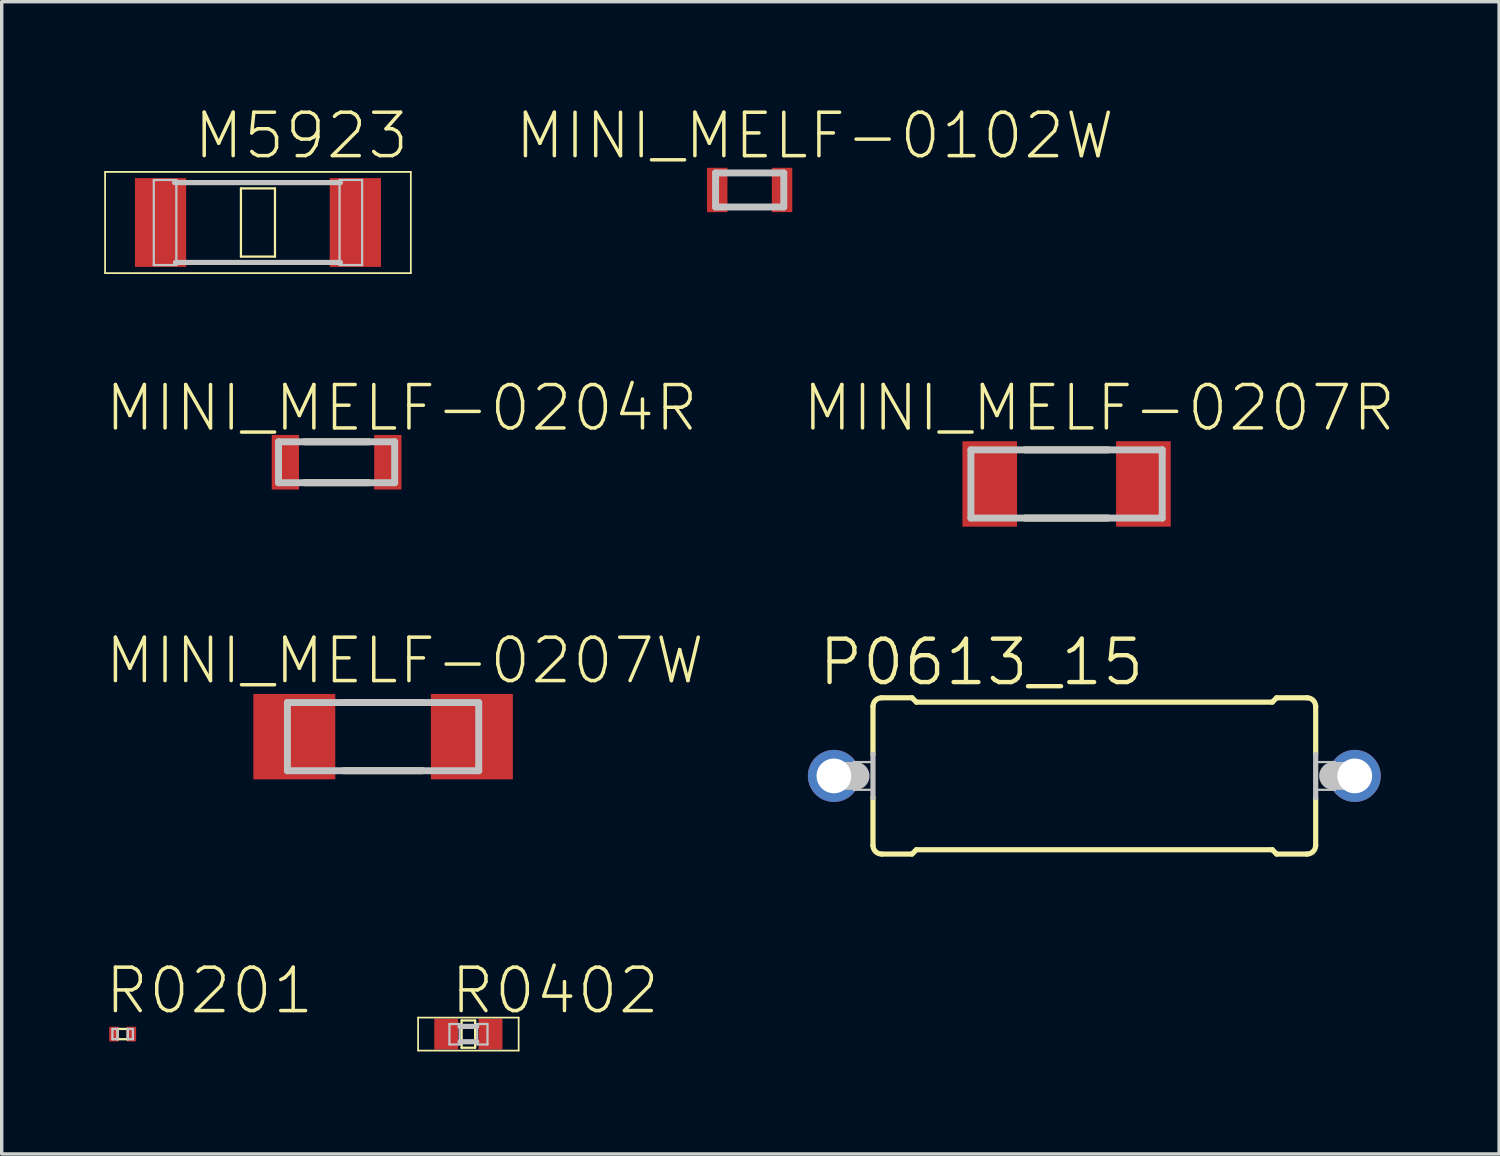
<source format=kicad_pcb>
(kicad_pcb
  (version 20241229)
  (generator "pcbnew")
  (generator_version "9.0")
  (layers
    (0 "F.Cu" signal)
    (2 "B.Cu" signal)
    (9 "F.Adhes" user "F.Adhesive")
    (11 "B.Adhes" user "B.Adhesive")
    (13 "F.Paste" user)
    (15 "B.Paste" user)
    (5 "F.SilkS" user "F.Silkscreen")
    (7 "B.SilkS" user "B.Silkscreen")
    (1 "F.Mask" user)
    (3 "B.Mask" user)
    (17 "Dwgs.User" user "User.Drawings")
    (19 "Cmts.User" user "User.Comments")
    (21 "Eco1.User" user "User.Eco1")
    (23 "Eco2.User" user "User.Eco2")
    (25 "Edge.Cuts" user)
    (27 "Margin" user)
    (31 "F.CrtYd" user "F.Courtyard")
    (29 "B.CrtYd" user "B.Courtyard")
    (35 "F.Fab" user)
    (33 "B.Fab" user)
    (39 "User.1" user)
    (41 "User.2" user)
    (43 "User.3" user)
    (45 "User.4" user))
  (footprint "R0402"
    (layer "F.Cu")
    (at 10.655 27.208)
    (property "Reference" "R0402" (at 2.54 -1.27 0) (layer "F.SilkS") (effects (font (size 1.27 1.27) (thickness 0.102))))
    (attr smd)
    (fp_line (start -1.471 -0.483) (end 1.471 -0.483) (stroke (width 0.051) (type solid)) (layer "F.SilkS"))
    (fp_line (start -1.471 0.483) (end -1.471 -0.483) (stroke (width 0.051) (type solid)) (layer "F.SilkS"))
    (fp_line (start -0.198 -0.399) (end 0.198 -0.399) (stroke (width 0.066) (type solid)) (layer "F.SilkS"))
    (fp_line (start -0.198 0.399) (end -0.198 -0.399) (stroke (width 0.066) (type solid)) (layer "F.SilkS"))
    (fp_line (start -0.198 0.399) (end 0.198 0.399) (stroke (width 0.066) (type solid)) (layer "F.SilkS"))
    (fp_line (start 0.198 0.399) (end 0.198 -0.399) (stroke (width 0.066) (type solid)) (layer "F.SilkS"))
    (fp_line (start 1.471 -0.483) (end 1.471 0.483) (stroke (width 0.051) (type solid)) (layer "F.SilkS"))
    (fp_line (start 1.471 0.483) (end -1.471 0.483) (stroke (width 0.051) (type solid)) (layer "F.SilkS"))
    (fp_line (start -0.554 -0.295) (end -0.254 -0.295) (stroke (width 0.066) (type solid)) (layer "Dwgs.User"))
    (fp_line (start -0.554 0.305) (end -0.554 -0.295) (stroke (width 0.066) (type solid)) (layer "Dwgs.User"))
    (fp_line (start -0.554 0.305) (end -0.254 0.305) (stroke (width 0.066) (type solid)) (layer "Dwgs.User"))
    (fp_line (start -0.254 0.305) (end -0.254 -0.295) (stroke (width 0.066) (type solid)) (layer "Dwgs.User"))
    (fp_line (start -0.244 -0.224) (end 0.244 -0.224) (stroke (width 0.152) (type solid)) (layer "Dwgs.User"))
    (fp_line (start 0.244 0.224) (end -0.244 0.224) (stroke (width 0.152) (type solid)) (layer "Dwgs.User"))
    (fp_line (start 0.257 -0.295) (end 0.559 -0.295) (stroke (width 0.066) (type solid)) (layer "Dwgs.User"))
    (fp_line (start 0.257 0.305) (end 0.257 -0.295) (stroke (width 0.066) (type solid)) (layer "Dwgs.User"))
    (fp_line (start 0.257 0.305) (end 0.559 0.305) (stroke (width 0.066) (type solid)) (layer "Dwgs.User"))
    (fp_line (start 0.559 0.305) (end 0.559 -0.295) (stroke (width 0.066) (type solid)) (layer "Dwgs.User"))
    (pad "1" smd rect (at -0.648 0) (size 0.699 0.899) (layers "F.Cu" "F.Mask" "F.Paste"))
    (pad "2" smd rect (at 0.648 0) (size 0.699 0.899) (layers "F.Cu" "F.Mask" "F.Paste")))
  (footprint "MINI_MELF-0207W"
    (layer "F.Cu")
    (at 8.159 18.505)
    (property "Reference" "MINI_MELF-0207W" (at 0.635 -2.223 0) (layer "F.SilkS") (effects (font (size 1.27 1.27) (thickness 0.102))))
    (attr smd)
    (fp_line (start -1.148 0.998) (end 1.148 0.998) (stroke (width 0.203) (type solid)) (layer "F.SilkS"))
    (fp_line (start 1.148 -0.998) (end -1.148 -0.998) (stroke (width 0.203) (type solid)) (layer "F.SilkS"))
    (fp_line (start -2.799 -0.998) (end -2.799 0.998) (stroke (width 0.203) (type solid)) (layer "Dwgs.User"))
    (fp_line (start -2.799 0.998) (end 2.799 0.998) (stroke (width 0.203) (type solid)) (layer "Dwgs.User"))
    (fp_line (start 2.799 -0.998) (end -2.799 -0.998) (stroke (width 0.203) (type solid)) (layer "Dwgs.User"))
    (fp_line (start 2.799 0.998) (end 2.799 -0.998) (stroke (width 0.203) (type solid)) (layer "Dwgs.User"))
    (pad "1" smd rect (at -2.598 0) (size 2.398 2.499) (layers "F.Cu" "F.Mask" "F.Paste"))
    (pad "2" smd rect (at 2.598 0) (size 2.398 2.499) (layers "F.Cu" "F.Mask" "F.Paste")))
  (footprint "MINI_MELF-0207R"
    (layer "F.Cu")
    (at 28.159 11.111)
    (property "Reference" "MINI_MELF-0207R" (at 0.953 -2.223 0) (layer "F.SilkS") (effects (font (size 1.27 1.27) (thickness 0.102))))
    (attr smd)
    (fp_line (start -1.212 0.998) (end 1.212 0.998) (stroke (width 0.203) (type solid)) (layer "F.SilkS"))
    (fp_line (start 1.212 -0.998) (end -1.212 -0.998) (stroke (width 0.203) (type solid)) (layer "F.SilkS"))
    (fp_line (start -2.799 -0.998) (end -2.799 0.998) (stroke (width 0.203) (type solid)) (layer "Dwgs.User"))
    (fp_line (start -2.799 0.998) (end 2.799 0.998) (stroke (width 0.203) (type solid)) (layer "Dwgs.User"))
    (fp_line (start 2.799 -0.998) (end -2.799 -0.998) (stroke (width 0.203) (type solid)) (layer "Dwgs.User"))
    (fp_line (start 2.799 0.998) (end 2.799 -0.998) (stroke (width 0.203) (type solid)) (layer "Dwgs.User"))
    (pad "1" smd rect (at -2.248 0) (size 1.598 2.499) (layers "F.Cu" "F.Mask" "F.Paste"))
    (pad "2" smd rect (at 2.248 0) (size 1.598 2.499) (layers "F.Cu" "F.Mask" "F.Paste")))
  (footprint "M5923"
    (layer "F.Cu")
    (at 4.498 3.461)
    (property "Reference" "M5923" (at 1.27 -2.54 0) (layer "F.SilkS") (effects (font (size 1.27 1.27) (thickness 0.102))))
    (attr smd)
    (fp_line (start -4.473 -1.481) (end 4.473 -1.481) (stroke (width 0.051) (type solid)) (layer "F.SilkS"))
    (fp_line (start -4.473 1.481) (end -4.473 -1.481) (stroke (width 0.051) (type solid)) (layer "F.SilkS"))
    (fp_line (start -0.498 -0.998) (end 0.498 -0.998) (stroke (width 0.066) (type solid)) (layer "F.SilkS"))
    (fp_line (start -0.498 0.998) (end -0.498 -0.998) (stroke (width 0.066) (type solid)) (layer "F.SilkS"))
    (fp_line (start -0.498 0.998) (end 0.498 0.998) (stroke (width 0.066) (type solid)) (layer "F.SilkS"))
    (fp_line (start 0.498 0.998) (end 0.498 -0.998) (stroke (width 0.066) (type solid)) (layer "F.SilkS"))
    (fp_line (start 4.473 -1.481) (end 4.473 1.481) (stroke (width 0.051) (type solid)) (layer "F.SilkS"))
    (fp_line (start 4.473 1.481) (end -4.473 1.481) (stroke (width 0.051) (type solid)) (layer "F.SilkS"))
    (fp_line (start -3.048 -1.245) (end -2.388 -1.245) (stroke (width 0.066) (type solid)) (layer "Dwgs.User"))
    (fp_line (start -3.048 1.245) (end -3.048 -1.245) (stroke (width 0.066) (type solid)) (layer "Dwgs.User"))
    (fp_line (start -3.048 1.245) (end -2.388 1.245) (stroke (width 0.066) (type solid)) (layer "Dwgs.User"))
    (fp_line (start -2.388 1.245) (end -2.388 -1.245) (stroke (width 0.066) (type solid)) (layer "Dwgs.User"))
    (fp_line (start 2.388 -1.245) (end 3.048 -1.245) (stroke (width 0.066) (type solid)) (layer "Dwgs.User"))
    (fp_line (start 2.388 1.245) (end 2.388 -1.245) (stroke (width 0.066) (type solid)) (layer "Dwgs.User"))
    (fp_line (start 2.388 1.245) (end 3.048 1.245) (stroke (width 0.066) (type solid)) (layer "Dwgs.User"))
    (fp_line (start 2.413 -1.168) (end -2.438 -1.168) (stroke (width 0.152) (type solid)) (layer "Dwgs.User"))
    (fp_line (start 2.413 1.168) (end -2.413 1.168) (stroke (width 0.152) (type solid)) (layer "Dwgs.User"))
    (fp_line (start 3.048 1.245) (end 3.048 -1.245) (stroke (width 0.066) (type solid)) (layer "Dwgs.User"))
    (pad "1" smd rect (at -2.85 0) (size 1.499 2.598) (layers "F.Cu" "F.Mask" "F.Paste"))
    (pad "2" smd rect (at 2.85 0) (size 1.499 2.598) (layers "F.Cu" "F.Mask" "F.Paste")))
  (footprint "MINI_MELF-0204R"
    (layer "F.Cu")
    (at 6.799 10.476)
    (property "Reference" "MINI_MELF-0204R" (at 1.905 -1.587 0) (layer "F.SilkS") (effects (font (size 1.27 1.27) (thickness 0.102))))
    (attr smd)
    (fp_line (start -0.937 0.599) (end 0.937 0.599) (stroke (width 0.203) (type solid)) (layer "F.SilkS"))
    (fp_line (start 0.937 -0.599) (end -0.937 -0.599) (stroke (width 0.203) (type solid)) (layer "F.SilkS"))
    (fp_line (start -1.699 -0.599) (end -1.699 0.599) (stroke (width 0.203) (type solid)) (layer "Dwgs.User"))
    (fp_line (start -1.699 0.599) (end 1.699 0.599) (stroke (width 0.203) (type solid)) (layer "Dwgs.User"))
    (fp_line (start 1.699 -0.599) (end -1.699 -0.599) (stroke (width 0.203) (type solid)) (layer "Dwgs.User"))
    (fp_line (start 1.699 0.599) (end 1.699 -0.599) (stroke (width 0.203) (type solid)) (layer "Dwgs.User"))
    (pad "1" smd rect (at -1.499 0) (size 0.798 1.598) (layers "F.Cu" "F.Mask" "F.Paste"))
    (pad "2" smd rect (at 1.499 0) (size 0.798 1.598) (layers "F.Cu" "F.Mask" "F.Paste")))
  (footprint "R0201"
    (layer "F.Cu")
    (at 0.539 27.208)
    (property "Reference" "R0201" (at 2.54 -1.27 0) (layer "F.SilkS") (effects (font (size 1.27 1.27) (thickness 0.102))))
    (attr smd)
    (fp_line (start -0.15 -0.15) (end 0.15 -0.15) (stroke (width 0.066) (type solid)) (layer "F.SilkS"))
    (fp_line (start -0.15 0.15) (end -0.15 -0.15) (stroke (width 0.066) (type solid)) (layer "F.SilkS"))
    (fp_line (start -0.15 0.15) (end 0.15 0.15) (stroke (width 0.066) (type solid)) (layer "F.SilkS"))
    (fp_line (start 0.15 0.15) (end 0.15 -0.15) (stroke (width 0.066) (type solid)) (layer "F.SilkS"))
    (fp_line (start -0.3 -0.15) (end -0.15 -0.15) (stroke (width 0.066) (type solid)) (layer "Dwgs.User"))
    (fp_line (start -0.3 0.15) (end -0.3 -0.15) (stroke (width 0.066) (type solid)) (layer "Dwgs.User"))
    (fp_line (start -0.3 0.15) (end -0.15 0.15) (stroke (width 0.066) (type solid)) (layer "Dwgs.User"))
    (fp_line (start -0.15 0.15) (end -0.15 -0.15) (stroke (width 0.066) (type solid)) (layer "Dwgs.User"))
    (fp_line (start 0.15 -0.15) (end 0.3 -0.15) (stroke (width 0.066) (type solid)) (layer "Dwgs.User"))
    (fp_line (start 0.15 0.15) (end 0.15 -0.15) (stroke (width 0.066) (type solid)) (layer "Dwgs.User"))
    (fp_line (start 0.15 0.15) (end 0.3 0.15) (stroke (width 0.066) (type solid)) (layer "Dwgs.User"))
    (fp_line (start 0.3 0.15) (end 0.3 -0.15) (stroke (width 0.066) (type solid)) (layer "Dwgs.User"))
    (pad "1" smd rect (at -0.254 0) (size 0.279 0.429) (layers "F.Cu" "F.Mask" "F.Paste"))
    (pad "2" smd rect (at 0.254 0) (size 0.279 0.429) (layers "F.Cu" "F.Mask" "F.Paste")))
  (footprint "P0613_15"
    (layer "F.Cu")
    (at 28.971 19.654)
    (property "Reference" "P0613_15" (at -3.302 -3.327 0) (layer "F.SilkS") (effects (font (size 1.27 1.27) (thickness 0.127))))
    (attr exclude_from_pos_files exclude_from_bom)
    (fp_line (start -6.477 -0.635) (end -6.477 -2.032) (stroke (width 0.152) (type solid)) (layer "F.SilkS"))
    (fp_line (start -6.477 2.032) (end -6.477 0.635) (stroke (width 0.152) (type solid)) (layer "F.SilkS"))
    (fp_line (start -6.223 -2.286) (end -5.334 -2.286) (stroke (width 0.152) (type solid)) (layer "F.SilkS"))
    (fp_line (start -6.223 2.286) (end -5.334 2.286) (stroke (width 0.152) (type solid)) (layer "F.SilkS"))
    (fp_line (start -5.207 -2.159) (end -5.334 -2.286) (stroke (width 0.152) (type solid)) (layer "F.SilkS"))
    (fp_line (start -5.207 2.159) (end -5.334 2.286) (stroke (width 0.152) (type solid)) (layer "F.SilkS"))
    (fp_line (start 5.207 -2.159) (end -5.207 -2.159) (stroke (width 0.152) (type solid)) (layer "F.SilkS"))
    (fp_line (start 5.207 -2.159) (end 5.334 -2.286) (stroke (width 0.152) (type solid)) (layer "F.SilkS"))
    (fp_line (start 5.207 2.159) (end -5.207 2.159) (stroke (width 0.152) (type solid)) (layer "F.SilkS"))
    (fp_line (start 5.207 2.159) (end 5.334 2.286) (stroke (width 0.152) (type solid)) (layer "F.SilkS"))
    (fp_line (start 6.223 -2.286) (end 5.334 -2.286) (stroke (width 0.152) (type solid)) (layer "F.SilkS"))
    (fp_line (start 6.223 2.286) (end 5.334 2.286) (stroke (width 0.152) (type solid)) (layer "F.SilkS"))
    (fp_line (start 6.477 -2.032) (end 6.477 -0.635) (stroke (width 0.152) (type solid)) (layer "F.SilkS"))
    (fp_line (start 6.477 0.635) (end 6.477 2.032) (stroke (width 0.152) (type solid)) (layer "F.SilkS"))
    (fp_arc (start -6.477 -2.032) (mid -6.402605 -2.211605) (end -6.223 -2.286) (stroke (width 0.1524) (type solid)) (layer "F.SilkS"))
    (fp_arc (start -6.223 2.286) (mid -6.402605 2.211605) (end -6.477 2.032) (stroke (width 0.1524) (type solid)) (layer "F.SilkS"))
    (fp_arc (start 6.223 -2.286) (mid 6.402605 -2.211605) (end 6.477 -2.032) (stroke (width 0.1524) (type solid)) (layer "F.SilkS"))
    (fp_arc (start 6.477 2.032) (mid 6.402605 2.211605) (end 6.223 2.286) (stroke (width 0.1524) (type solid)) (layer "F.SilkS"))
    (fp_line (start -7.62 0) (end -6.985 0) (stroke (width 0.813) (type solid)) (layer "Dwgs.User"))
    (fp_line (start -7.036 -0.406) (end -6.477 -0.406) (stroke (width 0.066) (type solid)) (layer "Dwgs.User"))
    (fp_line (start -7.036 0.406) (end -7.036 -0.406) (stroke (width 0.066) (type solid)) (layer "Dwgs.User"))
    (fp_line (start -7.036 0.406) (end -6.477 0.406) (stroke (width 0.066) (type solid)) (layer "Dwgs.User"))
    (fp_line (start -6.477 -0.635) (end -6.477 0.635) (stroke (width 0.152) (type solid)) (layer "Dwgs.User"))
    (fp_line (start -6.477 0.406) (end -6.477 -0.406) (stroke (width 0.066) (type solid)) (layer "Dwgs.User"))
    (fp_line (start 6.477 -0.406) (end 7.036 -0.406) (stroke (width 0.066) (type solid)) (layer "Dwgs.User"))
    (fp_line (start 6.477 0.406) (end 6.477 -0.406) (stroke (width 0.066) (type solid)) (layer "Dwgs.User"))
    (fp_line (start 6.477 0.406) (end 7.036 0.406) (stroke (width 0.066) (type solid)) (layer "Dwgs.User"))
    (fp_line (start 6.477 0.635) (end 6.477 -0.635) (stroke (width 0.152) (type solid)) (layer "Dwgs.User"))
    (fp_line (start 7.036 0.406) (end 7.036 -0.406) (stroke (width 0.066) (type solid)) (layer "Dwgs.User"))
    (fp_line (start 7.62 0) (end 6.985 0) (stroke (width 0.813) (type solid)) (layer "Dwgs.User"))
    (pad "1" thru_hole circle (at -7.62 0) (size 1.524 1.524) (drill 1.016) (layers "*.Cu" "*.Paste" "*.Mask"))
    (pad "2" thru_hole circle (at 7.62 0) (size 1.524 1.524) (drill 1.016) (layers "*.Cu" "*.Paste" "*.Mask")))
  (footprint "MINI_MELF-0102W"
    (layer "F.Cu")
    (at 18.886 2.509)
    (property "Reference" "MINI_MELF-0102W" (at 1.905 -1.587 0) (layer "F.SilkS") (effects (font (size 1.27 1.27) (thickness 0.102))))
    (attr smd)
    (fp_line (start -0.998 -0.498) (end -0.998 0.498) (stroke (width 0.203) (type solid)) (layer "Dwgs.User"))
    (fp_line (start -0.998 0.498) (end 0.998 0.498) (stroke (width 0.203) (type solid)) (layer "Dwgs.User"))
    (fp_line (start 0.998 -0.498) (end -0.998 -0.498) (stroke (width 0.203) (type solid)) (layer "Dwgs.User"))
    (fp_line (start 0.998 0.498) (end 0.998 -0.498) (stroke (width 0.203) (type solid)) (layer "Dwgs.User"))
    (pad "1" smd rect (at -0.95 0) (size 0.599 1.298) (layers "F.Cu" "F.Mask" "F.Paste"))
    (pad "2" smd rect (at 0.947 0) (size 0.599 1.298) (layers "F.Cu" "F.Mask" "F.Paste")))
  (gr_rect
    (start -3 -3)
    (end 40.815 30.716)
    (stroke (width 0.1) (type default))
    (fill no)
    (layer "Edge.Cuts")))
</source>
